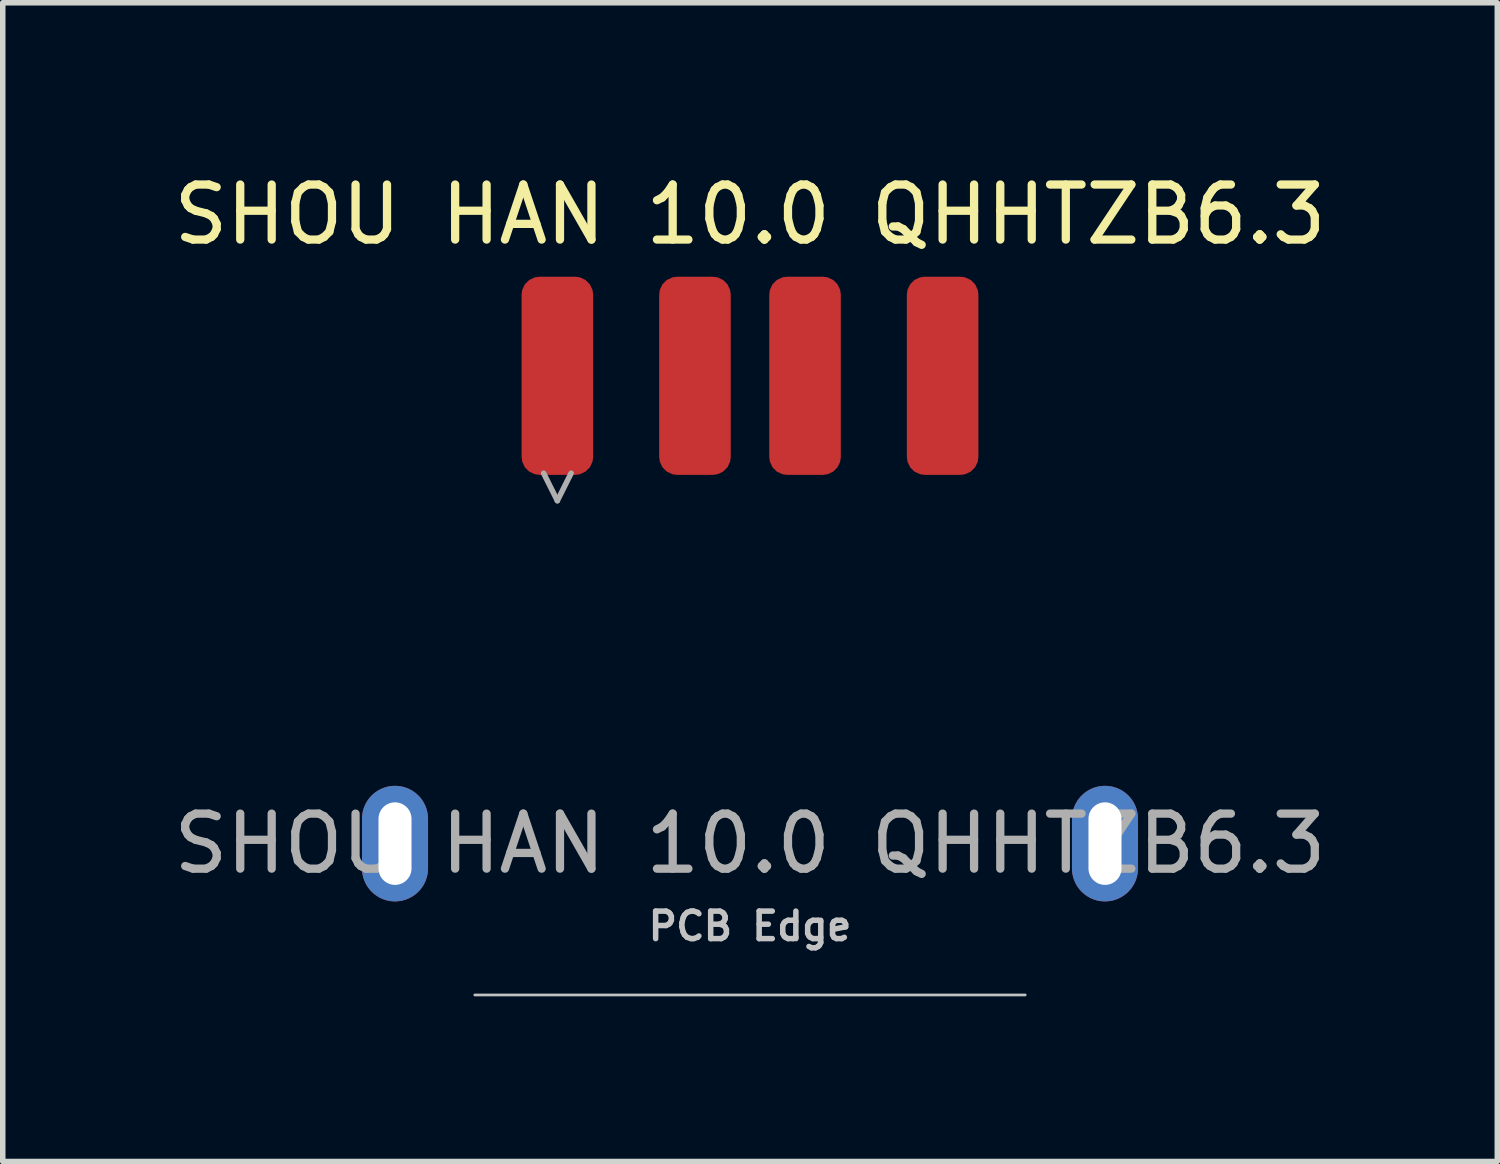
<source format=kicad_pcb>
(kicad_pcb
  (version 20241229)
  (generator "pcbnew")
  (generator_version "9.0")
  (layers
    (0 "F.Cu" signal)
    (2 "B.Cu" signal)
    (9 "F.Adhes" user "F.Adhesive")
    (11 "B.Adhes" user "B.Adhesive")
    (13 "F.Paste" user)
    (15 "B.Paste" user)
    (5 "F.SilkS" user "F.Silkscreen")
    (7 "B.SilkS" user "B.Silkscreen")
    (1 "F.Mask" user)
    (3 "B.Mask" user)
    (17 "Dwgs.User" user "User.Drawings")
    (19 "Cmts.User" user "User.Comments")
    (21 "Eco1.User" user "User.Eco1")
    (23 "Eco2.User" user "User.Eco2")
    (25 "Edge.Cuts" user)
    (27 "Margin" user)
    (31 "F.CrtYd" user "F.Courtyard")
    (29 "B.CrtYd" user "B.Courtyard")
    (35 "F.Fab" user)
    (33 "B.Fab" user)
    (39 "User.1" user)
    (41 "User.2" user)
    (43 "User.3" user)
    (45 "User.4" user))
  (footprint "SHOU HAN 10.0 QHHTZB6.3"
    (layer "F.Cu")
    (at 10.577 12.278)
    (property "Reference" "SHOU HAN 10.0 QHHTZB6.3" (at 0 -11.43 0) (layer "F.SilkS") (effects (font (size 1 1) (thickness 0.15))))
    (attr smd)
    (fp_line (start -5 2.75) (end 5 2.75) (stroke (width 0.05) (type default)) (layer "Dwgs.User"))
    (fp_line (start -3.75 -6.73) (end -3.5 -6.23) (stroke (width 0.1) (type default)) (layer "F.Fab"))
    (fp_line (start -3.5 -6.23) (end -3.25 -6.73) (stroke (width 0.1) (type default)) (layer "F.Fab"))
    (fp_text user "PCB Edge" (at 0 1.5 0) (layer "Dwgs.User") (effects (font (size 0.5 0.5) (thickness 0.1))))
    (fp_text user "${REFERENCE}" (at 0 0 0) (unlocked yes) (layer "F.Fab") (effects (font (size 1 1) (thickness 0.15))))
    (pad "" smd oval (at -6.45 0) (size 1.2 2.1) (layers "F.Paste"))
    (pad "" smd oval (at 6.45 0) (size 1.2 2.1) (layers "F.Paste"))
    (pad "1" smd roundrect (at -3.5 -8.5) (size 1.3 3.6) (layers "F.Cu" "F.Mask" "F.Paste") (roundrect_rratio 0.25))
    (pad "2" smd roundrect (at -1 -8.5) (size 1.3 3.6) (layers "F.Cu" "F.Mask" "F.Paste") (roundrect_rratio 0.25))
    (pad "3" smd roundrect (at 1 -8.5) (size 1.3 3.6) (layers "F.Cu" "F.Mask" "F.Paste") (roundrect_rratio 0.25))
    (pad "4" smd roundrect (at 3.5 -8.5) (size 1.3 3.6) (layers "F.Cu" "F.Mask" "F.Paste") (roundrect_rratio 0.25))
    (pad "5" thru_hole oval (at -6.45 0) (size 1.2 2.1) (drill oval 0.6 1.5) (layers "*.Cu" "*.Mask"))
    (pad "5" thru_hole oval (at 6.45 0) (size 1.2 2.1) (drill oval 0.6 1.5) (layers "*.Cu" "*.Mask")))
  (gr_rect
    (start -3 -3)
    (end 24.155 18.053)
    (stroke (width 0.1) (type default))
    (fill no)
    (layer "Edge.Cuts")))
</source>
